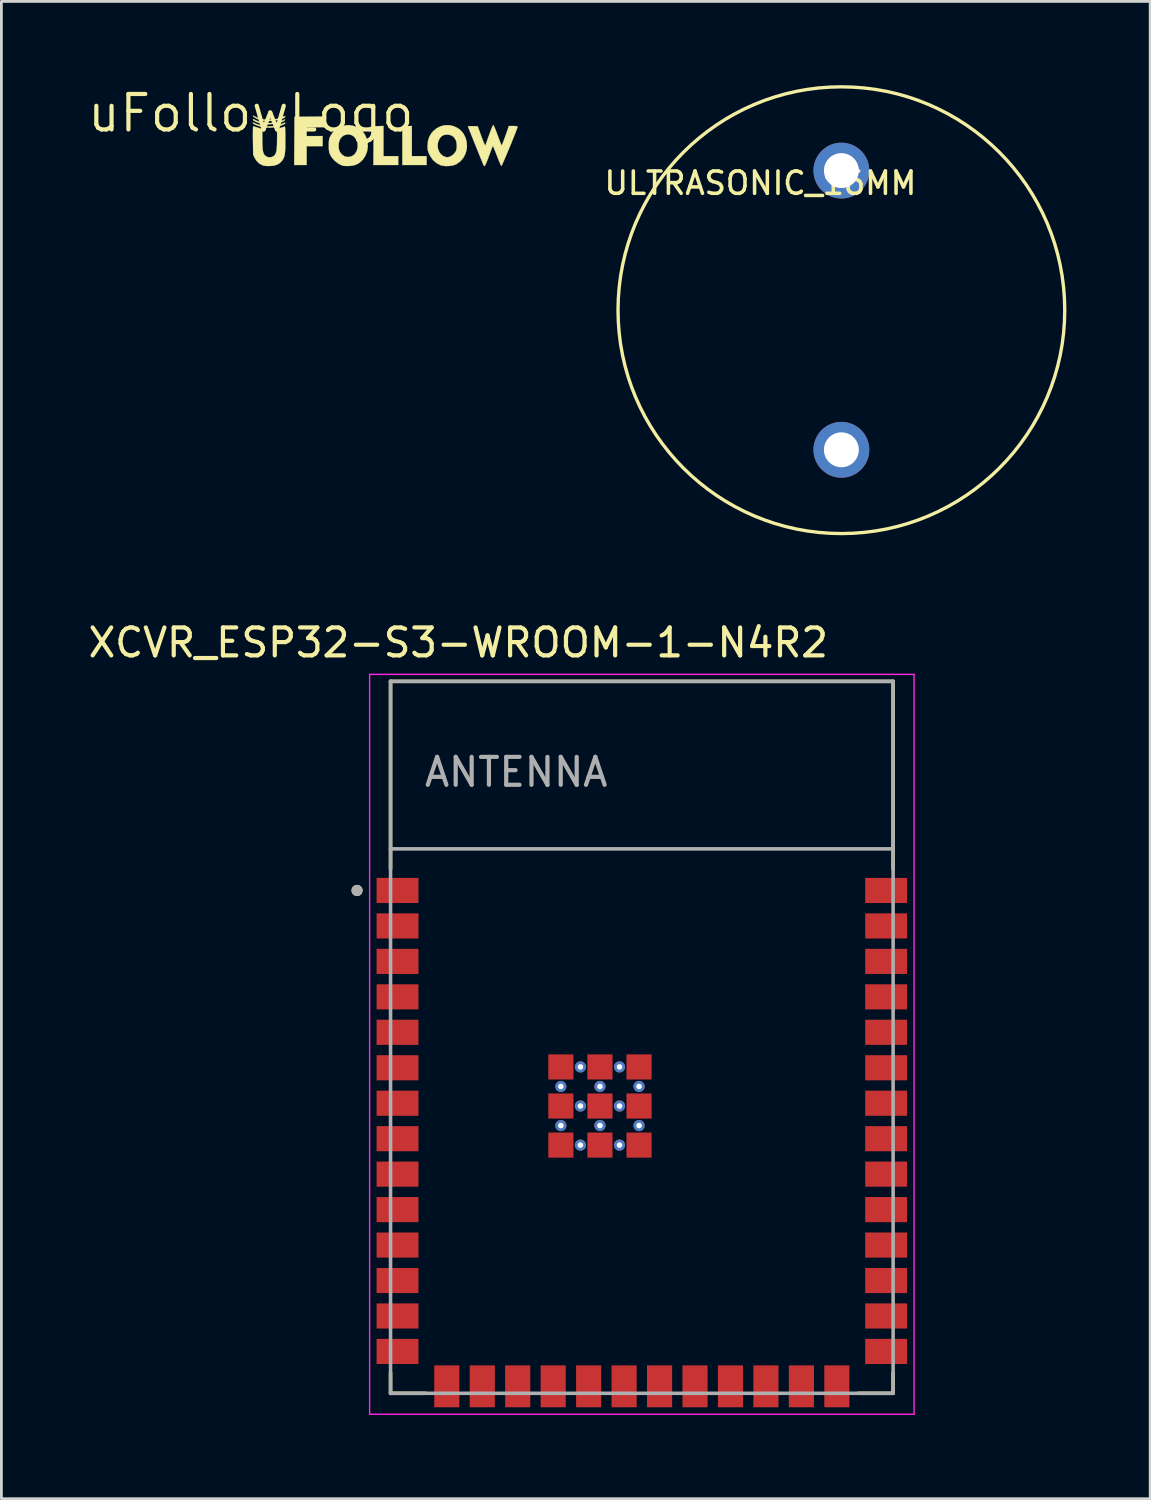
<source format=kicad_pcb>
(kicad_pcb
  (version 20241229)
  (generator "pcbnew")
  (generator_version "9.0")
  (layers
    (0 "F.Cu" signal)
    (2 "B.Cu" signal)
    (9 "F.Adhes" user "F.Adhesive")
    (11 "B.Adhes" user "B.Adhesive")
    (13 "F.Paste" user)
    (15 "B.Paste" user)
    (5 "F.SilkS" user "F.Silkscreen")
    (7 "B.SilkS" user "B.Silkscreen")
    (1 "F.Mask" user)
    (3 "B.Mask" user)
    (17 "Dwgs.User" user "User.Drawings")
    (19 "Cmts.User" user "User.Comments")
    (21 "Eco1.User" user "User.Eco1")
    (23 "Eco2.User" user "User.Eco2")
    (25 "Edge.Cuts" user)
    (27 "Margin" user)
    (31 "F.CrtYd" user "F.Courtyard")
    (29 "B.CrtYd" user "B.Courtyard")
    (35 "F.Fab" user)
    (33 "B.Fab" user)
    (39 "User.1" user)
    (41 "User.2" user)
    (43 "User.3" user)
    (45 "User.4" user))
  (footprint "ULTRASONIC_16MM"
    (layer "F.Cu")
    (at 27.085 8.06)
    (property "Reference" "ULTRASONIC_16MM" (at -2.9 -4.55 0) (layer "F.SilkS") (effects (font (size 0.8 0.8) (thickness 0.127))))
    (attr through_hole)
    (fp_circle (center 0 0) (end 8 0) (stroke (width 0.12) (type solid)) (fill no) (layer "F.SilkS"))
    (pad "1" thru_hole circle (at 0 -5) (size 2 2) (drill 1.25) (layers "*.Cu" "*.Mask"))
    (pad "2" thru_hole circle (at 0 5) (size 2 2) (drill 1.25) (layers "*.Cu" "*.Mask")))
  (footprint "uFollowLogo"
    (layer "F.Cu")
    (at 5.934 1.006)
    (property "Reference" "uFollowLogo" (at 0 0 0) (layer "F.SilkS") (effects (font (size 1.27 1.27) (thickness 0.15))))
    (attr through_hole)
    (fp_poly (pts (xy 4.75 1.536) (xy 5.279 1.536) (xy 5.279 1.854) (xy 4.389 1.854) (xy 4.401 0.467) (xy 4.75 0.455) (xy 4.75 1.536)) (stroke (width 0.01) (type solid)) (fill yes) (layer "F.SilkS"))
    (fp_poly (pts (xy 5.766 1.536) (xy 6.295 1.536) (xy 6.295 1.854) (xy 5.427 1.854) (xy 5.427 0.457) (xy 5.766 0.457) (xy 5.766 1.536)) (stroke (width 0.01) (type solid)) (fill yes) (layer "F.SilkS"))
    (fp_poly (pts (xy 2.654 0.499) (xy 1.998 0.499) (xy 1.998 0.817) (xy 2.57 0.817) (xy 2.57 1.177) (xy 1.998 1.177) (xy 1.998 1.854) (xy 1.553 1.854) (xy 1.559 0.991) (xy 1.564 0.129) (xy 2.654 0.118) (xy 2.654 0.499)) (stroke (width 0.01) (type solid)) (fill yes) (layer "F.SilkS"))
    (fp_poly (pts (xy 0.112 0.098) (xy 0.138 0.113) (xy 0.279 0.178) (xy 0.444 0.219) (xy 0.622 0.236) (xy 0.802 0.228) (xy 0.973 0.195) (xy 1.114 0.143) (xy 1.187 0.111) (xy 1.227 0.102) (xy 1.236 0.111) (xy 1.216 0.146) (xy 1.161 0.181) (xy 1.078 0.212) (xy 0.974 0.238) (xy 0.857 0.259) (xy 0.733 0.273) (xy 0.609 0.278) (xy 0.494 0.273) (xy 0.432 0.265) (xy 0.352 0.245) (xy 0.266 0.215) (xy 0.185 0.179) (xy 0.12 0.142) (xy 0.081 0.109) (xy 0.075 0.099) (xy 0.08 0.085) (xy 0.112 0.098)) (stroke (width 0.01) (type solid)) (fill yes) (layer "F.SilkS"))
    (fp_poly (pts (xy 0.112 0.342) (xy 0.165 0.365) (xy 0.204 0.383) (xy 0.39 0.446) (xy 0.591 0.472) (xy 0.799 0.463) (xy 1.008 0.419) (xy 1.211 0.339) (xy 1.22 0.334) (xy 1.235 0.342) (xy 1.236 0.35) (xy 1.217 0.375) (xy 1.166 0.405) (xy 1.093 0.437) (xy 1.008 0.467) (xy 0.919 0.49) (xy 0.876 0.498) (xy 0.69 0.517) (xy 0.517 0.509) (xy 0.393 0.488) (xy 0.305 0.465) (xy 0.22 0.435) (xy 0.146 0.404) (xy 0.094 0.374) (xy 0.072 0.351) (xy 0.072 0.349) (xy 0.073 0.336) (xy 0.084 0.333) (xy 0.112 0.342)) (stroke (width 0.01) (type solid)) (fill yes) (layer "F.SilkS"))
    (fp_poly (pts (xy 0.146 0.235) (xy 0.159 0.243) (xy 0.274 0.294) (xy 0.418 0.329) (xy 0.579 0.348) (xy 0.664 0.351) (xy 0.818 0.344) (xy 0.945 0.325) (xy 1.058 0.29) (xy 1.136 0.255) (xy 1.198 0.229) (xy 1.228 0.228) (xy 1.223 0.246) (xy 1.18 0.279) (xy 1.16 0.292) (xy 1.067 0.331) (xy 0.944 0.362) (xy 0.803 0.383) (xy 0.655 0.393) (xy 0.513 0.391) (xy 0.389 0.376) (xy 0.368 0.371) (xy 0.294 0.35) (xy 0.217 0.32) (xy 0.147 0.288) (xy 0.098 0.26) (xy 0.083 0.246) (xy 0.074 0.217) (xy 0.096 0.214) (xy 0.146 0.235)) (stroke (width 0.01) (type solid)) (fill yes) (layer "F.SilkS"))
    (fp_poly (pts (xy 0.114 0.474) (xy 0.171 0.492) (xy 0.245 0.515) (xy 0.257 0.519) (xy 0.411 0.565) (xy 0.411 0.925) (xy 0.412 1.094) (xy 0.418 1.227) (xy 0.428 1.329) (xy 0.445 1.406) (xy 0.468 1.463) (xy 0.5 1.506) (xy 0.521 1.526) (xy 0.604 1.571) (xy 0.697 1.58) (xy 0.787 1.553) (xy 0.834 1.521) (xy 0.869 1.481) (xy 0.895 1.429) (xy 0.915 1.361) (xy 0.928 1.269) (xy 0.936 1.15) (xy 0.939 0.996) (xy 0.94 0.9) (xy 0.94 0.567) (xy 1.071 0.522) (xy 1.141 0.5) (xy 1.194 0.484) (xy 1.219 0.478) (xy 1.224 0.498) (xy 1.228 0.555) (xy 1.232 0.642) (xy 1.235 0.753) (xy 1.236 0.882) (xy 1.236 0.95) (xy 1.235 1.133) (xy 1.232 1.279) (xy 1.224 1.395) (xy 1.213 1.486) (xy 1.195 1.558) (xy 1.171 1.618) (xy 1.14 1.67) (xy 1.108 1.712) (xy 1.027 1.792) (xy 0.933 1.846) (xy 0.819 1.877) (xy 0.686 1.89) (xy 0.551 1.889) (xy 0.451 1.875) (xy 0.426 1.867) (xy 0.3 1.8) (xy 0.201 1.701) (xy 0.142 1.605) (xy 0.083 1.483) (xy 0.076 0.968) (xy 0.074 0.826) (xy 0.075 0.7) (xy 0.076 0.595) (xy 0.079 0.517) (xy 0.083 0.472) (xy 0.086 0.463) (xy 0.114 0.474)) (stroke (width 0.01) (type solid)) (fill yes) (layer "F.SilkS"))
    (fp_poly (pts (xy 3.661 0.448) (xy 3.816 0.51) (xy 3.957 0.609) (xy 3.96 0.612) (xy 4.066 0.735) (xy 4.14 0.879) (xy 4.181 1.035) (xy 4.19 1.198) (xy 4.165 1.36) (xy 4.107 1.513) (xy 4.017 1.653) (xy 3.972 1.702) (xy 3.865 1.791) (xy 3.748 1.849) (xy 3.612 1.881) (xy 3.512 1.889) (xy 3.424 1.89) (xy 3.347 1.886) (xy 3.295 1.879) (xy 3.289 1.878) (xy 3.14 1.808) (xy 3.005 1.705) (xy 2.896 1.578) (xy 2.838 1.477) (xy 2.816 1.421) (xy 2.802 1.362) (xy 2.795 1.288) (xy 2.792 1.186) (xy 2.792 1.161) (xy 3.142 1.161) (xy 3.153 1.29) (xy 3.193 1.393) (xy 3.262 1.479) (xy 3.359 1.544) (xy 3.466 1.569) (xy 3.577 1.553) (xy 3.66 1.514) (xy 3.738 1.443) (xy 3.794 1.344) (xy 3.825 1.228) (xy 3.826 1.104) (xy 3.818 1.057) (xy 3.773 0.937) (xy 3.703 0.844) (xy 3.611 0.783) (xy 3.503 0.757) (xy 3.445 0.759) (xy 3.335 0.791) (xy 3.246 0.856) (xy 3.183 0.952) (xy 3.148 1.074) (xy 3.142 1.161) (xy 2.792 1.161) (xy 2.792 1.155) (xy 2.793 1.048) (xy 2.799 0.971) (xy 2.81 0.912) (xy 2.829 0.861) (xy 2.841 0.835) (xy 2.934 0.687) (xy 3.052 0.572) (xy 3.175 0.496) (xy 3.335 0.44) (xy 3.499 0.424) (xy 3.661 0.448)) (stroke (width 0.01) (type solid)) (fill yes) (layer "F.SilkS"))
    (fp_poly (pts (xy 7.117 0.429) (xy 7.274 0.466) (xy 7.424 0.541) (xy 7.519 0.615) (xy 7.617 0.731) (xy 7.688 0.872) (xy 7.73 1.032) (xy 7.74 1.199) (xy 7.731 1.29) (xy 7.685 1.456) (xy 7.606 1.604) (xy 7.497 1.729) (xy 7.362 1.823) (xy 7.342 1.833) (xy 7.235 1.869) (xy 7.105 1.889) (xy 6.971 1.892) (xy 6.85 1.876) (xy 6.803 1.863) (xy 6.655 1.789) (xy 6.53 1.681) (xy 6.428 1.538) (xy 6.394 1.473) (xy 6.359 1.394) (xy 6.34 1.328) (xy 6.331 1.254) (xy 6.33 1.166) (xy 6.331 1.158) (xy 6.689 1.158) (xy 6.704 1.275) (xy 6.746 1.383) (xy 6.812 1.473) (xy 6.899 1.539) (xy 7.004 1.574) (xy 7.025 1.577) (xy 7.058 1.573) (xy 7.112 1.56) (xy 7.121 1.558) (xy 7.199 1.519) (xy 7.275 1.453) (xy 7.335 1.374) (xy 7.354 1.335) (xy 7.374 1.24) (xy 7.376 1.129) (xy 7.36 1.02) (xy 7.334 0.947) (xy 7.267 0.85) (xy 7.18 0.791) (xy 7.071 0.765) (xy 7.032 0.764) (xy 6.921 0.777) (xy 6.835 0.82) (xy 6.767 0.898) (xy 6.753 0.92) (xy 6.705 1.037) (xy 6.689 1.158) (xy 6.331 1.158) (xy 6.345 0.993) (xy 6.391 0.845) (xy 6.47 0.713) (xy 6.523 0.65) (xy 6.654 0.539) (xy 6.801 0.465) (xy 6.957 0.428) (xy 7.117 0.429)) (stroke (width 0.01) (type solid)) (fill yes) (layer "F.SilkS"))
    (fp_poly (pts (xy 8.694 0.437) (xy 8.719 0.487) (xy 8.753 0.566) (xy 8.793 0.666) (xy 8.836 0.782) (xy 8.837 0.784) (xy 8.88 0.901) (xy 8.919 1.003) (xy 8.951 1.083) (xy 8.974 1.136) (xy 8.984 1.155) (xy 8.985 1.155) (xy 8.995 1.136) (xy 9.017 1.084) (xy 9.048 1.004) (xy 9.085 0.904) (xy 9.12 0.806) (xy 9.243 0.457) (xy 9.399 0.457) (xy 9.491 0.46) (xy 9.542 0.47) (xy 9.555 0.482) (xy 9.547 0.511) (xy 9.525 0.573) (xy 9.492 0.661) (xy 9.449 0.771) (xy 9.398 0.898) (xy 9.343 1.035) (xy 9.284 1.178) (xy 9.225 1.321) (xy 9.167 1.459) (xy 9.113 1.587) (xy 9.064 1.699) (xy 9.024 1.789) (xy 8.994 1.854) (xy 8.976 1.886) (xy 8.973 1.889) (xy 8.959 1.868) (xy 8.933 1.814) (xy 8.898 1.732) (xy 8.857 1.63) (xy 8.814 1.52) (xy 8.77 1.406) (xy 8.731 1.308) (xy 8.699 1.232) (xy 8.677 1.183) (xy 8.667 1.168) (xy 8.657 1.191) (xy 8.635 1.246) (xy 8.603 1.328) (xy 8.565 1.431) (xy 8.529 1.53) (xy 8.486 1.645) (xy 8.446 1.745) (xy 8.412 1.823) (xy 8.387 1.874) (xy 8.375 1.891) (xy 8.349 1.88) (xy 8.327 1.844) (xy 8.314 1.811) (xy 8.287 1.745) (xy 8.249 1.649) (xy 8.2 1.529) (xy 8.144 1.39) (xy 8.083 1.238) (xy 8.041 1.136) (xy 7.978 0.98) (xy 7.92 0.836) (xy 7.87 0.71) (xy 7.828 0.605) (xy 7.798 0.528) (xy 7.78 0.481) (xy 7.777 0.47) (xy 7.796 0.464) (xy 7.848 0.461) (xy 7.922 0.461) (xy 7.951 0.461) (xy 8.125 0.467) (xy 8.256 0.827) (xy 8.298 0.94) (xy 8.336 1.034) (xy 8.367 1.105) (xy 8.388 1.147) (xy 8.399 1.155) (xy 8.409 1.126) (xy 8.432 1.063) (xy 8.463 0.976) (xy 8.501 0.87) (xy 8.535 0.775) (xy 8.577 0.662) (xy 8.615 0.563) (xy 8.647 0.485) (xy 8.67 0.435) (xy 8.681 0.42) (xy 8.694 0.437)) (stroke (width 0.01) (type solid)) (fill yes) (layer "F.SilkS")))
  (footprint "XCVR_ESP32-S3-WROOM-1-N4R2"
    (layer "F.Cu")
    (at 19.938 34.103)
    (property "Reference" "XCVR_ESP32-S3-WROOM-1-N4R2" (at -6.575 -14.135 0) (layer "F.SilkS") (effects (font (size 1 1) (thickness 0.15))))
    (attr smd)
    (fp_line (start -9 -12.75) (end 9 -12.75) (stroke (width 0.127) (type solid)) (layer "F.SilkS"))
    (fp_line (start -9 -6.03) (end -9 -12.75) (stroke (width 0.127) (type solid)) (layer "F.SilkS"))
    (fp_line (start -9 12.02) (end -9 12.75) (stroke (width 0.127) (type solid)) (layer "F.SilkS"))
    (fp_line (start -9 12.75) (end -7.755 12.75) (stroke (width 0.127) (type solid)) (layer "F.SilkS"))
    (fp_line (start 9 -12.75) (end 9 -6.03) (stroke (width 0.127) (type solid)) (layer "F.SilkS"))
    (fp_line (start 9 12.02) (end 9 12.75) (stroke (width 0.127) (type solid)) (layer "F.SilkS"))
    (fp_line (start 9 12.75) (end 7.755 12.75) (stroke (width 0.127) (type solid)) (layer "F.SilkS"))
    (fp_circle (center -10.2 -5.26) (end -10.1 -5.26) (stroke (width 0.2) (type solid)) (fill no) (layer "F.SilkS"))
    (fp_line (start -9.75 -13) (end 9.75 -13) (stroke (width 0.05) (type solid)) (layer "F.CrtYd"))
    (fp_line (start -9.75 13.5) (end -9.75 -13) (stroke (width 0.05) (type solid)) (layer "F.CrtYd"))
    (fp_line (start -9.75 13.5) (end 9.75 13.5) (stroke (width 0.05) (type solid)) (layer "F.CrtYd"))
    (fp_line (start 9.75 -13) (end 9.75 13.5) (stroke (width 0.05) (type solid)) (layer "F.CrtYd"))
    (fp_line (start -9 -12.75) (end 9 -12.75) (stroke (width 0.127) (type solid)) (layer "F.Fab"))
    (fp_line (start -9 -6.75) (end -9 -12.75) (stroke (width 0.127) (type solid)) (layer "F.Fab"))
    (fp_line (start -9 -6.75) (end 9 -6.75) (stroke (width 0.127) (type solid)) (layer "F.Fab"))
    (fp_line (start -9 12.75) (end -9 -6.75) (stroke (width 0.127) (type solid)) (layer "F.Fab"))
    (fp_line (start 9 -12.75) (end 9 -6.75) (stroke (width 0.127) (type solid)) (layer "F.Fab"))
    (fp_line (start 9 -6.75) (end 9 12.75) (stroke (width 0.127) (type solid)) (layer "F.Fab"))
    (fp_line (start 9 12.75) (end -9 12.75) (stroke (width 0.127) (type solid)) (layer "F.Fab"))
    (fp_circle (center -10.2 -5.26) (end -10.1 -5.26) (stroke (width 0.2) (type solid)) (fill no) (layer "F.Fab"))
    (fp_text user "ANTENNA" (at -4.5 -9.5 0) (layer "F.Fab") (effects (font (size 1 1) (thickness 0.15))))
    (pad "1" smd rect (at -8.75 -5.26) (size 1.5 0.9) (layers "F.Cu" "F.Mask" "F.Paste"))
    (pad "2" smd rect (at -8.75 -3.99) (size 1.5 0.9) (layers "F.Cu" "F.Mask" "F.Paste"))
    (pad "3" smd rect (at -8.75 -2.72) (size 1.5 0.9) (layers "F.Cu" "F.Mask" "F.Paste"))
    (pad "4" smd rect (at -8.75 -1.45) (size 1.5 0.9) (layers "F.Cu" "F.Mask" "F.Paste"))
    (pad "5" smd rect (at -8.75 -0.18) (size 1.5 0.9) (layers "F.Cu" "F.Mask" "F.Paste"))
    (pad "6" smd rect (at -8.75 1.09) (size 1.5 0.9) (layers "F.Cu" "F.Mask" "F.Paste"))
    (pad "7" smd rect (at -8.75 2.36) (size 1.5 0.9) (layers "F.Cu" "F.Mask" "F.Paste"))
    (pad "8" smd rect (at -8.75 3.63) (size 1.5 0.9) (layers "F.Cu" "F.Mask" "F.Paste"))
    (pad "9" smd rect (at -8.75 4.9) (size 1.5 0.9) (layers "F.Cu" "F.Mask" "F.Paste"))
    (pad "10" smd rect (at -8.75 6.17) (size 1.5 0.9) (layers "F.Cu" "F.Mask" "F.Paste"))
    (pad "11" smd rect (at -8.75 7.44) (size 1.5 0.9) (layers "F.Cu" "F.Mask" "F.Paste"))
    (pad "12" smd rect (at -8.75 8.71) (size 1.5 0.9) (layers "F.Cu" "F.Mask" "F.Paste"))
    (pad "13" smd rect (at -8.75 9.98) (size 1.5 0.9) (layers "F.Cu" "F.Mask" "F.Paste"))
    (pad "14" smd rect (at -8.75 11.25) (size 1.5 0.9) (layers "F.Cu" "F.Mask" "F.Paste"))
    (pad "15" smd rect (at -6.985 12.5) (size 0.9 1.5) (layers "F.Cu" "F.Mask" "F.Paste"))
    (pad "16" smd rect (at -5.715 12.5) (size 0.9 1.5) (layers "F.Cu" "F.Mask" "F.Paste"))
    (pad "17" smd rect (at -4.445 12.5) (size 0.9 1.5) (layers "F.Cu" "F.Mask" "F.Paste"))
    (pad "18" smd rect (at -3.175 12.5) (size 0.9 1.5) (layers "F.Cu" "F.Mask" "F.Paste"))
    (pad "19" smd rect (at -1.905 12.5) (size 0.9 1.5) (layers "F.Cu" "F.Mask" "F.Paste"))
    (pad "20" smd rect (at -0.635 12.5) (size 0.9 1.5) (layers "F.Cu" "F.Mask" "F.Paste"))
    (pad "21" smd rect (at 0.635 12.5) (size 0.9 1.5) (layers "F.Cu" "F.Mask" "F.Paste"))
    (pad "22" smd rect (at 1.905 12.5) (size 0.9 1.5) (layers "F.Cu" "F.Mask" "F.Paste"))
    (pad "23" smd rect (at 3.175 12.5) (size 0.9 1.5) (layers "F.Cu" "F.Mask" "F.Paste"))
    (pad "24" smd rect (at 4.445 12.5) (size 0.9 1.5) (layers "F.Cu" "F.Mask" "F.Paste"))
    (pad "25" smd rect (at 5.715 12.5) (size 0.9 1.5) (layers "F.Cu" "F.Mask" "F.Paste"))
    (pad "26" smd rect (at 6.985 12.5) (size 0.9 1.5) (layers "F.Cu" "F.Mask" "F.Paste"))
    (pad "27" smd rect (at 8.75 11.25) (size 1.5 0.9) (layers "F.Cu" "F.Mask" "F.Paste"))
    (pad "28" smd rect (at 8.75 9.98) (size 1.5 0.9) (layers "F.Cu" "F.Mask" "F.Paste"))
    (pad "29" smd rect (at 8.75 8.71) (size 1.5 0.9) (layers "F.Cu" "F.Mask" "F.Paste"))
    (pad "30" smd rect (at 8.75 7.44) (size 1.5 0.9) (layers "F.Cu" "F.Mask" "F.Paste"))
    (pad "31" smd rect (at 8.75 6.17) (size 1.5 0.9) (layers "F.Cu" "F.Mask" "F.Paste"))
    (pad "32" smd rect (at 8.75 4.9) (size 1.5 0.9) (layers "F.Cu" "F.Mask" "F.Paste"))
    (pad "33" smd rect (at 8.75 3.63) (size 1.5 0.9) (layers "F.Cu" "F.Mask" "F.Paste"))
    (pad "34" smd rect (at 8.75 2.36) (size 1.5 0.9) (layers "F.Cu" "F.Mask" "F.Paste"))
    (pad "35" smd rect (at 8.75 1.09) (size 1.5 0.9) (layers "F.Cu" "F.Mask" "F.Paste"))
    (pad "36" smd rect (at 8.75 -0.18) (size 1.5 0.9) (layers "F.Cu" "F.Mask" "F.Paste"))
    (pad "37" smd rect (at 8.75 -1.45) (size 1.5 0.9) (layers "F.Cu" "F.Mask" "F.Paste"))
    (pad "38" smd rect (at 8.75 -2.72) (size 1.5 0.9) (layers "F.Cu" "F.Mask" "F.Paste"))
    (pad "39" smd rect (at 8.75 -3.99) (size 1.5 0.9) (layers "F.Cu" "F.Mask" "F.Paste"))
    (pad "40" smd rect (at 8.75 -5.26) (size 1.5 0.9) (layers "F.Cu" "F.Mask" "F.Paste"))
    (pad "41_1" smd rect (at -1.5 2.46) (size 0.9 0.9) (layers "F.Cu" "F.Mask" "F.Paste"))
    (pad "41_2" smd rect (at -2.9 2.46) (size 0.9 0.9) (layers "F.Cu" "F.Mask" "F.Paste"))
    (pad "41_3" smd rect (at -0.1 2.46) (size 0.9 0.9) (layers "F.Cu" "F.Mask" "F.Paste"))
    (pad "41_4" smd rect (at -2.9 3.86) (size 0.9 0.9) (layers "F.Cu" "F.Mask" "F.Paste"))
    (pad "41_5" smd rect (at -1.5 3.86) (size 0.9 0.9) (layers "F.Cu" "F.Mask" "F.Paste"))
    (pad "41_6" smd rect (at -0.1 3.86) (size 0.9 0.9) (layers "F.Cu" "F.Mask" "F.Paste"))
    (pad "41_7" smd rect (at -2.9 1.06) (size 0.9 0.9) (layers "F.Cu" "F.Mask" "F.Paste"))
    (pad "41_8" smd rect (at -1.5 1.06) (size 0.9 0.9) (layers "F.Cu" "F.Mask" "F.Paste"))
    (pad "41_9" smd rect (at -0.1 1.06) (size 0.9 0.9) (layers "F.Cu" "F.Mask" "F.Paste"))
    (pad "41_10" thru_hole circle (at -1.5 1.76) (size 0.4 0.4) (drill 0.2) (layers "*.Cu"))
    (pad "41_11" thru_hole circle (at -2.9 1.76) (size 0.4 0.4) (drill 0.2) (layers "*.Cu"))
    (pad "41_12" thru_hole circle (at -0.1 1.76) (size 0.4 0.4) (drill 0.2) (layers "*.Cu"))
    (pad "41_13" thru_hole circle (at -2.9 3.16) (size 0.4 0.4) (drill 0.2) (layers "*.Cu"))
    (pad "41_14" thru_hole circle (at -1.5 3.16) (size 0.4 0.4) (drill 0.2) (layers "*.Cu"))
    (pad "41_15" thru_hole circle (at -0.1 3.16) (size 0.4 0.4) (drill 0.2) (layers "*.Cu"))
    (pad "41_16" thru_hole circle (at -2.2 1.06) (size 0.4 0.4) (drill 0.2) (layers "*.Cu"))
    (pad "41_17" thru_hole circle (at -0.8 1.06) (size 0.4 0.4) (drill 0.2) (layers "*.Cu"))
    (pad "41_18" thru_hole circle (at -2.2 2.46) (size 0.4 0.4) (drill 0.2) (layers "*.Cu"))
    (pad "41_19" thru_hole circle (at -0.8 2.46) (size 0.4 0.4) (drill 0.2) (layers "*.Cu"))
    (pad "41_20" thru_hole circle (at -2.2 3.86) (size 0.4 0.4) (drill 0.2) (layers "*.Cu"))
    (pad "41_21" thru_hole circle (at -0.8 3.86) (size 0.4 0.4) (drill 0.2) (layers "*.Cu"))
    (zone (net_name "") (layer "F.Cu") (hatch full 0.508) (connect_pads) (min_thickness 0.01) (filled_areas_thickness no) (keepout (tracks not_allowed) (vias not_allowed) (pads not_allowed) (copperpour not_allowed) (footprints allowed)) (placement (enabled no)) (fill) (polygon (pts (xy 10.938 21.353) (xy 28.938 21.353) (xy 28.938 27.353) (xy 10.938 27.353))))
    (zone (net_name "") (layers "F.Cu" "B.Cu") (hatch full 0.508) (connect_pads) (min_thickness 0.01) (filled_areas_thickness no) (keepout (tracks allowed) (vias not_allowed) (pads allowed) (copperpour allowed) (footprints allowed)) (placement (enabled no)) (fill) (polygon (pts (xy 10.938 21.353) (xy 28.938 21.353) (xy 28.938 27.353) (xy 10.938 27.353))))
    (zone (net_name "") (layer "B.Cu") (hatch full 0.508) (connect_pads) (min_thickness 0.01) (filled_areas_thickness no) (keepout (tracks not_allowed) (vias not_allowed) (pads not_allowed) (copperpour not_allowed) (footprints allowed)) (placement (enabled no)) (fill) (polygon (pts (xy 10.938 21.353) (xy 28.938 21.353) (xy 28.938 27.353) (xy 10.938 27.353)))))
  (gr_rect
    (start -3 -3)
    (end 38.145 50.628)
    (stroke (width 0.1) (type default))
    (fill no)
    (layer "Edge.Cuts")))
</source>
